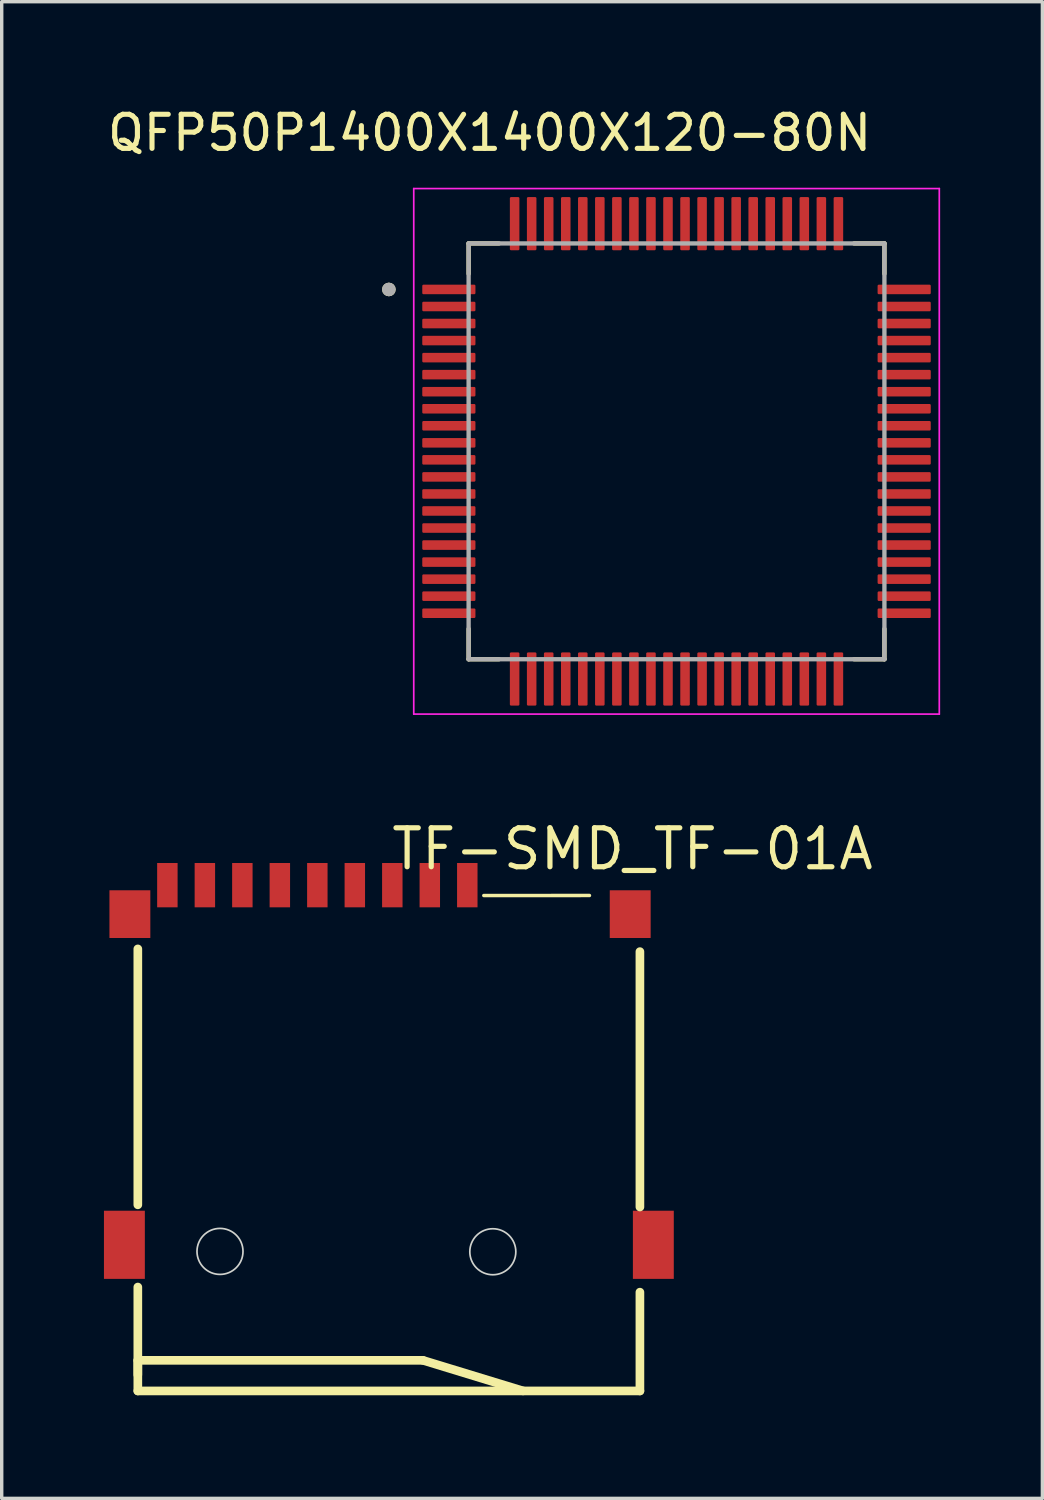
<source format=kicad_pcb>
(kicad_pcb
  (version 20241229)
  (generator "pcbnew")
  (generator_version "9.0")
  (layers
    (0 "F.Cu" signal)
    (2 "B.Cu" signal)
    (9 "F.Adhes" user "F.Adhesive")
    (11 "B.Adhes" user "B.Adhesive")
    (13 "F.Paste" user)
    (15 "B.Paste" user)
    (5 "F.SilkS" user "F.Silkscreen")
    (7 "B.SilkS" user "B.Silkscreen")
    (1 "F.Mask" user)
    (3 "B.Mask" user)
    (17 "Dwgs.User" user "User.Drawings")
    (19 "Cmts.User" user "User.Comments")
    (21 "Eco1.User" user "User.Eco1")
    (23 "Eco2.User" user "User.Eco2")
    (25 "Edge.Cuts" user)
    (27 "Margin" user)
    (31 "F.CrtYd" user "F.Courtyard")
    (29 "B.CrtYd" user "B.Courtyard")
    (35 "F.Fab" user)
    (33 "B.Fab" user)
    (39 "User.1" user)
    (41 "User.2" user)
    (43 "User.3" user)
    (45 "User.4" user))
  (footprint "QFP50P1400X1400X120-80N"
    (layer "F.Cu")
    (at 16.8 10.193)
    (property "Reference" "QFP50P1400X1400X120-80N" (at -5.485 -9.345 0) (layer "F.SilkS") (effects (font (size 1 1) (thickness 0.15))))
    (attr smd)
    (fp_line (start -6.1 -6.1) (end -6.1 -5.21) (stroke (width 0.127) (type solid)) (layer "F.SilkS"))
    (fp_line (start -6.1 -6.1) (end -5.21 -6.1) (stroke (width 0.127) (type solid)) (layer "F.SilkS"))
    (fp_line (start -6.1 6.1) (end -6.1 5.21) (stroke (width 0.127) (type solid)) (layer "F.SilkS"))
    (fp_line (start -6.1 6.1) (end -5.21 6.1) (stroke (width 0.127) (type solid)) (layer "F.SilkS"))
    (fp_line (start 6.1 -6.1) (end 5.21 -6.1) (stroke (width 0.127) (type solid)) (layer "F.SilkS"))
    (fp_line (start 6.1 -6.1) (end 6.1 -5.21) (stroke (width 0.127) (type solid)) (layer "F.SilkS"))
    (fp_line (start 6.1 6.1) (end 5.21 6.1) (stroke (width 0.127) (type solid)) (layer "F.SilkS"))
    (fp_line (start 6.1 6.1) (end 6.1 5.21) (stroke (width 0.127) (type solid)) (layer "F.SilkS"))
    (fp_circle (center -8.44 -4.75) (end -8.34 -4.75) (stroke (width 0.2) (type solid)) (fill no) (layer "F.SilkS"))
    (fp_line (start -7.71 -7.71) (end 7.71 -7.71) (stroke (width 0.05) (type solid)) (layer "F.CrtYd"))
    (fp_line (start -7.71 7.71) (end -7.71 -7.71) (stroke (width 0.05) (type solid)) (layer "F.CrtYd"))
    (fp_line (start -7.71 7.71) (end 7.71 7.71) (stroke (width 0.05) (type solid)) (layer "F.CrtYd"))
    (fp_line (start 7.71 7.71) (end 7.71 -7.71) (stroke (width 0.05) (type solid)) (layer "F.CrtYd"))
    (fp_line (start -6.1 6.1) (end -6.1 -6.1) (stroke (width 0.127) (type solid)) (layer "F.Fab"))
    (fp_line (start 6.1 -6.1) (end -6.1 -6.1) (stroke (width 0.127) (type solid)) (layer "F.Fab"))
    (fp_line (start 6.1 6.1) (end -6.1 6.1) (stroke (width 0.127) (type solid)) (layer "F.Fab"))
    (fp_line (start 6.1 6.1) (end 6.1 -6.1) (stroke (width 0.127) (type solid)) (layer "F.Fab"))
    (fp_circle (center -8.44 -4.75) (end -8.34 -4.75) (stroke (width 0.2) (type solid)) (fill no) (layer "F.Fab"))
    (pad "1" smd roundrect (at -6.68 -4.75) (size 1.56 0.28) (layers "F.Cu" "F.Mask" "F.Paste") (roundrect_rratio 0.125))
    (pad "2" smd roundrect (at -6.68 -4.25) (size 1.56 0.28) (layers "F.Cu" "F.Mask" "F.Paste") (roundrect_rratio 0.125))
    (pad "3" smd roundrect (at -6.68 -3.75) (size 1.56 0.28) (layers "F.Cu" "F.Mask" "F.Paste") (roundrect_rratio 0.125))
    (pad "4" smd roundrect (at -6.68 -3.25) (size 1.56 0.28) (layers "F.Cu" "F.Mask" "F.Paste") (roundrect_rratio 0.125))
    (pad "5" smd roundrect (at -6.68 -2.75) (size 1.56 0.28) (layers "F.Cu" "F.Mask" "F.Paste") (roundrect_rratio 0.125))
    (pad "6" smd roundrect (at -6.68 -2.25) (size 1.56 0.28) (layers "F.Cu" "F.Mask" "F.Paste") (roundrect_rratio 0.125))
    (pad "7" smd roundrect (at -6.68 -1.75) (size 1.56 0.28) (layers "F.Cu" "F.Mask" "F.Paste") (roundrect_rratio 0.125))
    (pad "8" smd roundrect (at -6.68 -1.25) (size 1.56 0.28) (layers "F.Cu" "F.Mask" "F.Paste") (roundrect_rratio 0.125))
    (pad "9" smd roundrect (at -6.68 -0.75) (size 1.56 0.28) (layers "F.Cu" "F.Mask" "F.Paste") (roundrect_rratio 0.125))
    (pad "10" smd roundrect (at -6.68 -0.25) (size 1.56 0.28) (layers "F.Cu" "F.Mask" "F.Paste") (roundrect_rratio 0.125))
    (pad "11" smd roundrect (at -6.68 0.25) (size 1.56 0.28) (layers "F.Cu" "F.Mask" "F.Paste") (roundrect_rratio 0.125))
    (pad "12" smd roundrect (at -6.68 0.75) (size 1.56 0.28) (layers "F.Cu" "F.Mask" "F.Paste") (roundrect_rratio 0.125))
    (pad "13" smd roundrect (at -6.68 1.25) (size 1.56 0.28) (layers "F.Cu" "F.Mask" "F.Paste") (roundrect_rratio 0.125))
    (pad "14" smd roundrect (at -6.68 1.75) (size 1.56 0.28) (layers "F.Cu" "F.Mask" "F.Paste") (roundrect_rratio 0.125))
    (pad "15" smd roundrect (at -6.68 2.25) (size 1.56 0.28) (layers "F.Cu" "F.Mask" "F.Paste") (roundrect_rratio 0.125))
    (pad "16" smd roundrect (at -6.68 2.75) (size 1.56 0.28) (layers "F.Cu" "F.Mask" "F.Paste") (roundrect_rratio 0.125))
    (pad "17" smd roundrect (at -6.68 3.25) (size 1.56 0.28) (layers "F.Cu" "F.Mask" "F.Paste") (roundrect_rratio 0.125))
    (pad "18" smd roundrect (at -6.68 3.75) (size 1.56 0.28) (layers "F.Cu" "F.Mask" "F.Paste") (roundrect_rratio 0.125))
    (pad "19" smd roundrect (at -6.68 4.25) (size 1.56 0.28) (layers "F.Cu" "F.Mask" "F.Paste") (roundrect_rratio 0.125))
    (pad "20" smd roundrect (at -6.68 4.75) (size 1.56 0.28) (layers "F.Cu" "F.Mask" "F.Paste") (roundrect_rratio 0.125))
    (pad "21" smd roundrect (at -4.75 6.68) (size 0.28 1.56) (layers "F.Cu" "F.Mask" "F.Paste") (roundrect_rratio 0.125))
    (pad "22" smd roundrect (at -4.25 6.68) (size 0.28 1.56) (layers "F.Cu" "F.Mask" "F.Paste") (roundrect_rratio 0.125))
    (pad "23" smd roundrect (at -3.75 6.68) (size 0.28 1.56) (layers "F.Cu" "F.Mask" "F.Paste") (roundrect_rratio 0.125))
    (pad "24" smd roundrect (at -3.25 6.68) (size 0.28 1.56) (layers "F.Cu" "F.Mask" "F.Paste") (roundrect_rratio 0.125))
    (pad "25" smd roundrect (at -2.75 6.68) (size 0.28 1.56) (layers "F.Cu" "F.Mask" "F.Paste") (roundrect_rratio 0.125))
    (pad "26" smd roundrect (at -2.25 6.68) (size 0.28 1.56) (layers "F.Cu" "F.Mask" "F.Paste") (roundrect_rratio 0.125))
    (pad "27" smd roundrect (at -1.75 6.68) (size 0.28 1.56) (layers "F.Cu" "F.Mask" "F.Paste") (roundrect_rratio 0.125))
    (pad "28" smd roundrect (at -1.25 6.68) (size 0.28 1.56) (layers "F.Cu" "F.Mask" "F.Paste") (roundrect_rratio 0.125))
    (pad "29" smd roundrect (at -0.75 6.68) (size 0.28 1.56) (layers "F.Cu" "F.Mask" "F.Paste") (roundrect_rratio 0.125))
    (pad "30" smd roundrect (at -0.25 6.68) (size 0.28 1.56) (layers "F.Cu" "F.Mask" "F.Paste") (roundrect_rratio 0.125))
    (pad "31" smd roundrect (at 0.25 6.68) (size 0.28 1.56) (layers "F.Cu" "F.Mask" "F.Paste") (roundrect_rratio 0.125))
    (pad "32" smd roundrect (at 0.75 6.68) (size 0.28 1.56) (layers "F.Cu" "F.Mask" "F.Paste") (roundrect_rratio 0.125))
    (pad "33" smd roundrect (at 1.25 6.68) (size 0.28 1.56) (layers "F.Cu" "F.Mask" "F.Paste") (roundrect_rratio 0.125))
    (pad "34" smd roundrect (at 1.75 6.68) (size 0.28 1.56) (layers "F.Cu" "F.Mask" "F.Paste") (roundrect_rratio 0.125))
    (pad "35" smd roundrect (at 2.25 6.68) (size 0.28 1.56) (layers "F.Cu" "F.Mask" "F.Paste") (roundrect_rratio 0.125))
    (pad "36" smd roundrect (at 2.75 6.68) (size 0.28 1.56) (layers "F.Cu" "F.Mask" "F.Paste") (roundrect_rratio 0.125))
    (pad "37" smd roundrect (at 3.25 6.68) (size 0.28 1.56) (layers "F.Cu" "F.Mask" "F.Paste") (roundrect_rratio 0.125))
    (pad "38" smd roundrect (at 3.75 6.68) (size 0.28 1.56) (layers "F.Cu" "F.Mask" "F.Paste") (roundrect_rratio 0.125))
    (pad "39" smd roundrect (at 4.25 6.68) (size 0.28 1.56) (layers "F.Cu" "F.Mask" "F.Paste") (roundrect_rratio 0.125))
    (pad "40" smd roundrect (at 4.75 6.68) (size 0.28 1.56) (layers "F.Cu" "F.Mask" "F.Paste") (roundrect_rratio 0.125))
    (pad "41" smd roundrect (at 6.68 4.75) (size 1.56 0.28) (layers "F.Cu" "F.Mask" "F.Paste") (roundrect_rratio 0.125))
    (pad "42" smd roundrect (at 6.68 4.25) (size 1.56 0.28) (layers "F.Cu" "F.Mask" "F.Paste") (roundrect_rratio 0.125))
    (pad "43" smd roundrect (at 6.68 3.75) (size 1.56 0.28) (layers "F.Cu" "F.Mask" "F.Paste") (roundrect_rratio 0.125))
    (pad "44" smd roundrect (at 6.68 3.25) (size 1.56 0.28) (layers "F.Cu" "F.Mask" "F.Paste") (roundrect_rratio 0.125))
    (pad "45" smd roundrect (at 6.68 2.75) (size 1.56 0.28) (layers "F.Cu" "F.Mask" "F.Paste") (roundrect_rratio 0.125))
    (pad "46" smd roundrect (at 6.68 2.25) (size 1.56 0.28) (layers "F.Cu" "F.Mask" "F.Paste") (roundrect_rratio 0.125))
    (pad "47" smd roundrect (at 6.68 1.75) (size 1.56 0.28) (layers "F.Cu" "F.Mask" "F.Paste") (roundrect_rratio 0.125))
    (pad "48" smd roundrect (at 6.68 1.25) (size 1.56 0.28) (layers "F.Cu" "F.Mask" "F.Paste") (roundrect_rratio 0.125))
    (pad "49" smd roundrect (at 6.68 0.75) (size 1.56 0.28) (layers "F.Cu" "F.Mask" "F.Paste") (roundrect_rratio 0.125))
    (pad "50" smd roundrect (at 6.68 0.25) (size 1.56 0.28) (layers "F.Cu" "F.Mask" "F.Paste") (roundrect_rratio 0.125))
    (pad "51" smd roundrect (at 6.68 -0.25) (size 1.56 0.28) (layers "F.Cu" "F.Mask" "F.Paste") (roundrect_rratio 0.125))
    (pad "52" smd roundrect (at 6.68 -0.75) (size 1.56 0.28) (layers "F.Cu" "F.Mask" "F.Paste") (roundrect_rratio 0.125))
    (pad "53" smd roundrect (at 6.68 -1.25) (size 1.56 0.28) (layers "F.Cu" "F.Mask" "F.Paste") (roundrect_rratio 0.125))
    (pad "54" smd roundrect (at 6.68 -1.75) (size 1.56 0.28) (layers "F.Cu" "F.Mask" "F.Paste") (roundrect_rratio 0.125))
    (pad "55" smd roundrect (at 6.68 -2.25) (size 1.56 0.28) (layers "F.Cu" "F.Mask" "F.Paste") (roundrect_rratio 0.125))
    (pad "56" smd roundrect (at 6.68 -2.75) (size 1.56 0.28) (layers "F.Cu" "F.Mask" "F.Paste") (roundrect_rratio 0.125))
    (pad "57" smd roundrect (at 6.68 -3.25) (size 1.56 0.28) (layers "F.Cu" "F.Mask" "F.Paste") (roundrect_rratio 0.125))
    (pad "58" smd roundrect (at 6.68 -3.75) (size 1.56 0.28) (layers "F.Cu" "F.Mask" "F.Paste") (roundrect_rratio 0.125))
    (pad "59" smd roundrect (at 6.68 -4.25) (size 1.56 0.28) (layers "F.Cu" "F.Mask" "F.Paste") (roundrect_rratio 0.125))
    (pad "60" smd roundrect (at 6.68 -4.75) (size 1.56 0.28) (layers "F.Cu" "F.Mask" "F.Paste") (roundrect_rratio 0.125))
    (pad "61" smd roundrect (at 4.75 -6.68) (size 0.28 1.56) (layers "F.Cu" "F.Mask" "F.Paste") (roundrect_rratio 0.125))
    (pad "62" smd roundrect (at 4.25 -6.68) (size 0.28 1.56) (layers "F.Cu" "F.Mask" "F.Paste") (roundrect_rratio 0.125))
    (pad "63" smd roundrect (at 3.75 -6.68) (size 0.28 1.56) (layers "F.Cu" "F.Mask" "F.Paste") (roundrect_rratio 0.125))
    (pad "64" smd roundrect (at 3.25 -6.68) (size 0.28 1.56) (layers "F.Cu" "F.Mask" "F.Paste") (roundrect_rratio 0.125))
    (pad "65" smd roundrect (at 2.75 -6.68) (size 0.28 1.56) (layers "F.Cu" "F.Mask" "F.Paste") (roundrect_rratio 0.125))
    (pad "66" smd roundrect (at 2.25 -6.68) (size 0.28 1.56) (layers "F.Cu" "F.Mask" "F.Paste") (roundrect_rratio 0.125))
    (pad "67" smd roundrect (at 1.75 -6.68) (size 0.28 1.56) (layers "F.Cu" "F.Mask" "F.Paste") (roundrect_rratio 0.125))
    (pad "68" smd roundrect (at 1.25 -6.68) (size 0.28 1.56) (layers "F.Cu" "F.Mask" "F.Paste") (roundrect_rratio 0.125))
    (pad "69" smd roundrect (at 0.75 -6.68) (size 0.28 1.56) (layers "F.Cu" "F.Mask" "F.Paste") (roundrect_rratio 0.125))
    (pad "70" smd roundrect (at 0.25 -6.68) (size 0.28 1.56) (layers "F.Cu" "F.Mask" "F.Paste") (roundrect_rratio 0.125))
    (pad "71" smd roundrect (at -0.25 -6.68) (size 0.28 1.56) (layers "F.Cu" "F.Mask" "F.Paste") (roundrect_rratio 0.125))
    (pad "72" smd roundrect (at -0.75 -6.68) (size 0.28 1.56) (layers "F.Cu" "F.Mask" "F.Paste") (roundrect_rratio 0.125))
    (pad "73" smd roundrect (at -1.25 -6.68) (size 0.28 1.56) (layers "F.Cu" "F.Mask" "F.Paste") (roundrect_rratio 0.125))
    (pad "74" smd roundrect (at -1.75 -6.68) (size 0.28 1.56) (layers "F.Cu" "F.Mask" "F.Paste") (roundrect_rratio 0.125))
    (pad "75" smd roundrect (at -2.25 -6.68) (size 0.28 1.56) (layers "F.Cu" "F.Mask" "F.Paste") (roundrect_rratio 0.125))
    (pad "76" smd roundrect (at -2.75 -6.68) (size 0.28 1.56) (layers "F.Cu" "F.Mask" "F.Paste") (roundrect_rratio 0.125))
    (pad "77" smd roundrect (at -3.25 -6.68) (size 0.28 1.56) (layers "F.Cu" "F.Mask" "F.Paste") (roundrect_rratio 0.125))
    (pad "78" smd roundrect (at -3.75 -6.68) (size 0.28 1.56) (layers "F.Cu" "F.Mask" "F.Paste") (roundrect_rratio 0.125))
    (pad "79" smd roundrect (at -4.25 -6.68) (size 0.28 1.56) (layers "F.Cu" "F.Mask" "F.Paste") (roundrect_rratio 0.125))
    (pad "80" smd roundrect (at -4.75 -6.68) (size 0.28 1.56) (layers "F.Cu" "F.Mask" "F.Paste") (roundrect_rratio 0.125)))
  (footprint "TF-SMD_TF-01A"
    (layer "F.Cu")
    (at 8.36 28.198)
    (property "Reference" "TF-SMD_TF-01A" (at 0 -5.669 0) (unlocked yes) (layer "F.SilkS") (effects (font (size 1.143 1.143) (thickness 0.152)) (justify left bottom)))
    (fp_line (start -7.366 4.103) (end -7.366 -3.406) (stroke (width 0.254) (type solid)) (layer "F.SilkS"))
    (fp_line (start -7.366 8.666) (end 1 8.666) (stroke (width 0.254) (type solid)) (layer "F.SilkS"))
    (fp_line (start -7.366 9.091) (end -7.366 8.666) (stroke (width 0.254) (type solid)) (layer "F.SilkS"))
    (fp_line (start -7.366 9.564) (end -7.366 6.516) (stroke (width 0.254) (type solid)) (layer "F.SilkS"))
    (fp_line (start -7.366 9.564) (end 7.366 9.564) (stroke (width 0.254) (type solid)) (layer "F.SilkS"))
    (fp_line (start 1 8.666) (end 3.937 9.563) (stroke (width 0.254) (type solid)) (layer "F.SilkS"))
    (fp_line (start 2.786 -4.972) (end 5.885 -4.973) (stroke (width 0.102) (type solid)) (layer "F.SilkS"))
    (fp_line (start 7.366 4.167) (end 7.366 -3.326) (stroke (width 0.254) (type solid)) (layer "F.SilkS"))
    (fp_line (start 7.366 9.564) (end 7.366 6.666) (stroke (width 0.254) (type solid)) (layer "F.SilkS"))
    (fp_poly (pts (xy -7 9.666) (xy -7 -1.834) (xy -6 -1.834) (xy -6 9.666)) (stroke (width 0.1) (type default)) (fill no) (layer "Eco1.User"))
    (fp_poly (pts (xy -6 -1.834) (xy 6 -1.834) (xy 6 -0.834) (xy -6 -0.834)) (stroke (width 0.1) (type default)) (fill no) (layer "Eco1.User"))
    (fp_poly (pts (xy 7 9.666) (xy 7 -1.834) (xy 6 -1.834) (xy 6 9.666)) (stroke (width 0.1) (type default)) (fill no) (layer "Eco1.User"))
    (fp_circle (center -4.955 5.47) (end -4.28 5.47) (stroke (width 0.05) (type default)) (fill no) (layer "Edge.Cuts"))
    (fp_circle (center 3.05 5.48) (end 3.725 5.48) (stroke (width 0.05) (type default)) (fill no) (layer "Edge.Cuts"))
    (pad "1" smd rect (at 2.301 -5.276) (size 0.6 1.3) (layers "F.Cu" "F.Mask" "F.Paste"))
    (pad "2" smd rect (at 1.201 -5.276) (size 0.6 1.3) (layers "F.Cu" "F.Mask" "F.Paste"))
    (pad "3" smd rect (at 0.101 -5.276) (size 0.6 1.3) (layers "F.Cu" "F.Mask" "F.Paste"))
    (pad "4" smd rect (at -0.999 -5.276) (size 0.6 1.3) (layers "F.Cu" "F.Mask" "F.Paste"))
    (pad "5" smd rect (at -2.099 -5.276) (size 0.6 1.3) (layers "F.Cu" "F.Mask" "F.Paste"))
    (pad "6" smd rect (at -3.199 -5.276) (size 0.6 1.3) (layers "F.Cu" "F.Mask" "F.Paste"))
    (pad "7" smd rect (at -4.299 -5.276) (size 0.6 1.3) (layers "F.Cu" "F.Mask" "F.Paste"))
    (pad "8" smd rect (at -5.399 -5.276) (size 0.6 1.3) (layers "F.Cu" "F.Mask" "F.Paste"))
    (pad "9" smd rect (at -6.499 -5.276) (size 0.6 1.3) (layers "F.Cu" "F.Mask" "F.Paste"))
    (pad "10" smd rect (at -7.599 -4.426) (size 1.2 1.4) (layers "F.Cu" "F.Mask" "F.Paste"))
    (pad "11" smd rect (at -7.76 5.276) (size 1.2 2) (layers "F.Cu" "F.Mask" "F.Paste"))
    (pad "12" smd rect (at 7.76 5.276) (size 1.2 2) (layers "F.Cu" "F.Mask" "F.Paste"))
    (pad "13" smd rect (at 7.081 -4.426) (size 1.2 1.4) (layers "F.Cu" "F.Mask" "F.Paste")))
  (gr_rect
    (start -3 -3)
    (end 27.535 40.914)
    (stroke (width 0.1) (type default))
    (fill no)
    (layer "Edge.Cuts")))
</source>
